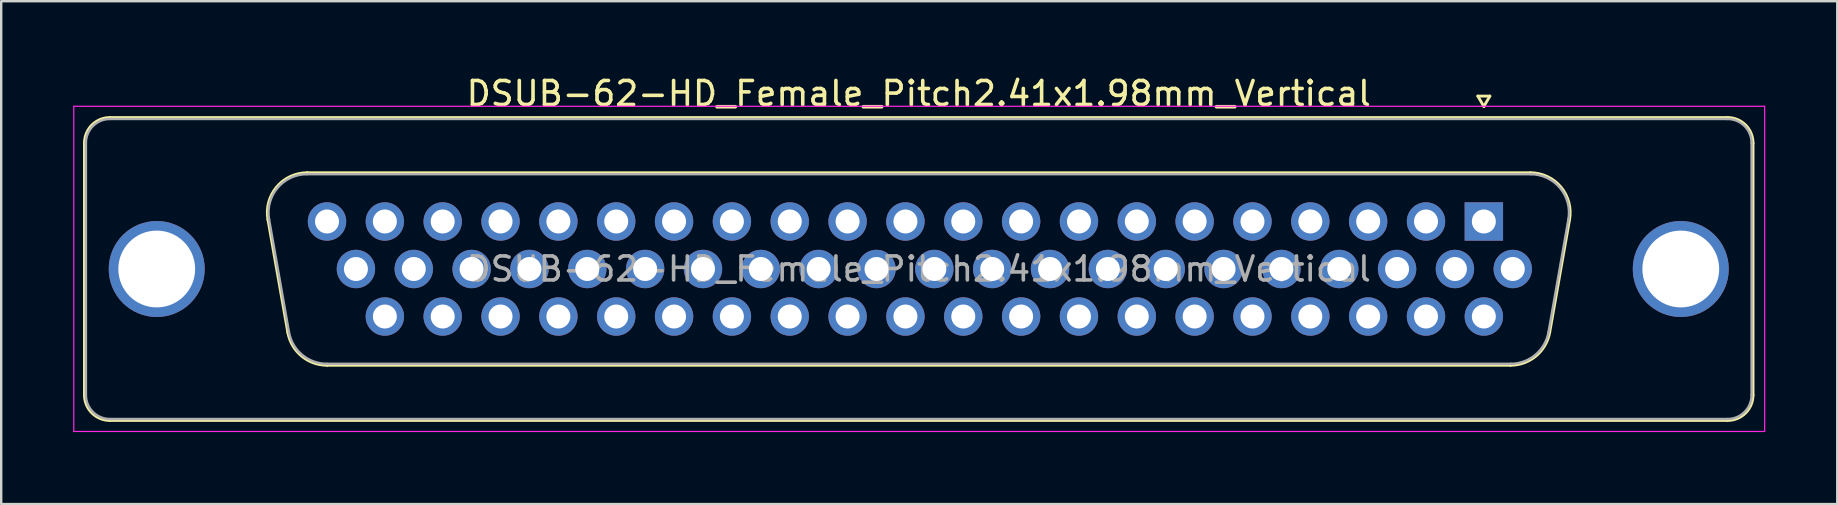
<source format=kicad_pcb>
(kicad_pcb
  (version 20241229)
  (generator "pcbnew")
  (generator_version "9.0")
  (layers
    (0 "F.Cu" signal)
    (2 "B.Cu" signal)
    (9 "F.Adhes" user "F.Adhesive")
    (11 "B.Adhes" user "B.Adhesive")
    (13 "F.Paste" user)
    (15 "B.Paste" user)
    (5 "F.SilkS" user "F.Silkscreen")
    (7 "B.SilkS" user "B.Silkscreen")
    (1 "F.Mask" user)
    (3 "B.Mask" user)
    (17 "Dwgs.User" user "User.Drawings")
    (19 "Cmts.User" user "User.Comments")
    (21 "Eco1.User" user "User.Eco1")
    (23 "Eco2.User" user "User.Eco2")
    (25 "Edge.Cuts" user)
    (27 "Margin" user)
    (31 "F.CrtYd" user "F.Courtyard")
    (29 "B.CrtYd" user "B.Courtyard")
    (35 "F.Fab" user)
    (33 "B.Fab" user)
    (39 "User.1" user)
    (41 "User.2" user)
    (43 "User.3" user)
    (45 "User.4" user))
  (footprint "DSUB-62-HD_Female_Pitch2.41x1.98mm_Vertical"
    (layer "F.Cu")
    (at 58.775 6.178)
    (property "Reference" "DSUB-62-HD_Female_Pitch2.41x1.98mm_Vertical" (at -23.545 -5.33 0) (layer "F.SilkS") (effects (font (size 1 1) (thickness 0.15))))
    (attr through_hole)
    (fp_line (start -58.305 7.23) (end -58.305 -3.27) (stroke (width 0.12) (type solid)) (layer "F.SilkS"))
    (fp_line (start -57.245 -4.33) (end 10.155 -4.33) (stroke (width 0.12) (type solid)) (layer "F.SilkS"))
    (fp_line (start -50.661 -0.082) (end -49.833 4.618) (stroke (width 0.12) (type solid)) (layer "F.SilkS"))
    (fp_line (start -49.027 -2.03) (end 1.937 -2.03) (stroke (width 0.12) (type solid)) (layer "F.SilkS"))
    (fp_line (start -48.198 5.99) (end 1.108 5.99) (stroke (width 0.12) (type solid)) (layer "F.SilkS"))
    (fp_line (start -0.25 -5.224) (end 0.25 -5.224) (stroke (width 0.12) (type solid)) (layer "F.SilkS"))
    (fp_line (start 0 -4.791) (end -0.25 -5.224) (stroke (width 0.12) (type solid)) (layer "F.SilkS"))
    (fp_line (start 0.25 -5.224) (end 0 -4.791) (stroke (width 0.12) (type solid)) (layer "F.SilkS"))
    (fp_line (start 3.571 -0.082) (end 2.743 4.618) (stroke (width 0.12) (type solid)) (layer "F.SilkS"))
    (fp_line (start 10.155 8.29) (end -57.245 8.29) (stroke (width 0.12) (type solid)) (layer "F.SilkS"))
    (fp_line (start 11.215 -3.27) (end 11.215 7.23) (stroke (width 0.12) (type solid)) (layer "F.SilkS"))
    (fp_arc (start -58.305 -3.27) (mid -57.994533 -4.019533) (end -57.245 -4.33) (stroke (width 0.12) (type solid)) (layer "F.SilkS"))
    (fp_arc (start -57.245 8.29) (mid -57.994533 7.979533) (end -58.305 7.23) (stroke (width 0.12) (type solid)) (layer "F.SilkS"))
    (fp_arc (start -50.66147 -0.081744) (mid -50.298323 -1.437028) (end -49.026689 -2.03) (stroke (width 0.12) (type solid)) (layer "F.SilkS"))
    (fp_arc (start -48.197952 5.99) (mid -49.264979 5.601634) (end -49.832733 4.618256) (stroke (width 0.12) (type solid)) (layer "F.SilkS"))
    (fp_arc (start 1.936689 -2.03) (mid 3.208323 -1.437027) (end 3.57147 -0.081744) (stroke (width 0.12) (type solid)) (layer "F.SilkS"))
    (fp_arc (start 2.742733 4.618256) (mid 2.17498 5.601634) (end 1.107952 5.99) (stroke (width 0.12) (type solid)) (layer "F.SilkS"))
    (fp_arc (start 10.155 -4.33) (mid 10.904533 -4.019533) (end 11.215 -3.27) (stroke (width 0.12) (type solid)) (layer "F.SilkS"))
    (fp_arc (start 11.215 7.23) (mid 10.904533 7.979533) (end 10.155 8.29) (stroke (width 0.12) (type solid)) (layer "F.SilkS"))
    (fp_line (start -58.75 -4.8) (end -58.75 8.75) (stroke (width 0.05) (type solid)) (layer "F.CrtYd"))
    (fp_line (start -58.75 8.75) (end 11.7 8.75) (stroke (width 0.05) (type solid)) (layer "F.CrtYd"))
    (fp_line (start 11.7 -4.8) (end -58.75 -4.8) (stroke (width 0.05) (type solid)) (layer "F.CrtYd"))
    (fp_line (start 11.7 8.75) (end 11.7 -4.8) (stroke (width 0.05) (type solid)) (layer "F.CrtYd"))
    (fp_line (start -58.245 7.23) (end -58.245 -3.27) (stroke (width 0.1) (type solid)) (layer "F.Fab"))
    (fp_line (start -57.245 -4.27) (end 10.155 -4.27) (stroke (width 0.1) (type solid)) (layer "F.Fab"))
    (fp_line (start -50.614 -0.092) (end -49.785 4.608) (stroke (width 0.1) (type solid)) (layer "F.Fab"))
    (fp_line (start -49.038 -1.97) (end 1.948 -1.97) (stroke (width 0.1) (type solid)) (layer "F.Fab"))
    (fp_line (start -48.209 5.93) (end 1.119 5.93) (stroke (width 0.1) (type solid)) (layer "F.Fab"))
    (fp_line (start 3.524 -0.092) (end 2.695 4.608) (stroke (width 0.1) (type solid)) (layer "F.Fab"))
    (fp_line (start 10.155 8.23) (end -57.245 8.23) (stroke (width 0.1) (type solid)) (layer "F.Fab"))
    (fp_line (start 11.155 -3.27) (end 11.155 7.23) (stroke (width 0.1) (type solid)) (layer "F.Fab"))
    (fp_arc (start -58.245 -3.27) (mid -57.952107 -3.977107) (end -57.245 -4.27) (stroke (width 0.1) (type solid)) (layer "F.Fab"))
    (fp_arc (start -57.245 8.23) (mid -57.952107 7.937107) (end -58.245 7.23) (stroke (width 0.1) (type solid)) (layer "F.Fab"))
    (fp_arc (start -50.613886 -0.092163) (mid -50.263865 -1.39846) (end -49.038194 -1.97) (stroke (width 0.1) (type solid)) (layer "F.Fab"))
    (fp_arc (start -48.209457 5.93) (mid -49.237917 5.555671) (end -49.785149 4.607837) (stroke (width 0.1) (type solid)) (layer "F.Fab"))
    (fp_arc (start 1.948194 -1.97) (mid 3.173865 -1.39846) (end 3.523886 -0.092163) (stroke (width 0.1) (type solid)) (layer "F.Fab"))
    (fp_arc (start 2.695149 4.607837) (mid 2.147917 5.555671) (end 1.119457 5.93) (stroke (width 0.1) (type solid)) (layer "F.Fab"))
    (fp_arc (start 10.155 -4.27) (mid 10.862107 -3.977107) (end 11.155 -3.27) (stroke (width 0.1) (type solid)) (layer "F.Fab"))
    (fp_arc (start 11.155 7.23) (mid 10.862107 7.937107) (end 10.155 8.23) (stroke (width 0.1) (type solid)) (layer "F.Fab"))
    (fp_text user "${REFERENCE}" (at -23.545 1.98 0) (layer "F.Fab") (effects (font (size 1 1) (thickness 0.15))))
    (pad "0" thru_hole circle (at -55.295 1.98) (size 4 4) (drill 3.2) (layers "*.Cu" "*.Mask"))
    (pad "0" thru_hole circle (at 8.205 1.98) (size 4 4) (drill 3.2) (layers "*.Cu" "*.Mask"))
    (pad "1" thru_hole rect (at 0 0) (size 1.6 1.6) (drill 1) (layers "*.Cu" "*.Mask"))
    (pad "2" thru_hole circle (at -2.41 0) (size 1.6 1.6) (drill 1) (layers "*.Cu" "*.Mask"))
    (pad "3" thru_hole circle (at -4.82 0) (size 1.6 1.6) (drill 1) (layers "*.Cu" "*.Mask"))
    (pad "4" thru_hole circle (at -7.23 0) (size 1.6 1.6) (drill 1) (layers "*.Cu" "*.Mask"))
    (pad "5" thru_hole circle (at -9.64 0) (size 1.6 1.6) (drill 1) (layers "*.Cu" "*.Mask"))
    (pad "6" thru_hole circle (at -12.05 0) (size 1.6 1.6) (drill 1) (layers "*.Cu" "*.Mask"))
    (pad "7" thru_hole circle (at -14.46 0) (size 1.6 1.6) (drill 1) (layers "*.Cu" "*.Mask"))
    (pad "8" thru_hole circle (at -16.87 0) (size 1.6 1.6) (drill 1) (layers "*.Cu" "*.Mask"))
    (pad "9" thru_hole circle (at -19.28 0) (size 1.6 1.6) (drill 1) (layers "*.Cu" "*.Mask"))
    (pad "10" thru_hole circle (at -21.69 0) (size 1.6 1.6) (drill 1) (layers "*.Cu" "*.Mask"))
    (pad "11" thru_hole circle (at -24.1 0) (size 1.6 1.6) (drill 1) (layers "*.Cu" "*.Mask"))
    (pad "12" thru_hole circle (at -26.51 0) (size 1.6 1.6) (drill 1) (layers "*.Cu" "*.Mask"))
    (pad "13" thru_hole circle (at -28.92 0) (size 1.6 1.6) (drill 1) (layers "*.Cu" "*.Mask"))
    (pad "14" thru_hole circle (at -31.33 0) (size 1.6 1.6) (drill 1) (layers "*.Cu" "*.Mask"))
    (pad "15" thru_hole circle (at -33.74 0) (size 1.6 1.6) (drill 1) (layers "*.Cu" "*.Mask"))
    (pad "16" thru_hole circle (at -36.15 0) (size 1.6 1.6) (drill 1) (layers "*.Cu" "*.Mask"))
    (pad "17" thru_hole circle (at -38.56 0) (size 1.6 1.6) (drill 1) (layers "*.Cu" "*.Mask"))
    (pad "18" thru_hole circle (at -40.97 0) (size 1.6 1.6) (drill 1) (layers "*.Cu" "*.Mask"))
    (pad "19" thru_hole circle (at -43.38 0) (size 1.6 1.6) (drill 1) (layers "*.Cu" "*.Mask"))
    (pad "20" thru_hole circle (at -45.79 0) (size 1.6 1.6) (drill 1) (layers "*.Cu" "*.Mask"))
    (pad "21" thru_hole circle (at -48.2 0) (size 1.6 1.6) (drill 1) (layers "*.Cu" "*.Mask"))
    (pad "22" thru_hole circle (at 1.205 1.98) (size 1.6 1.6) (drill 1) (layers "*.Cu" "*.Mask"))
    (pad "23" thru_hole circle (at -1.205 1.98) (size 1.6 1.6) (drill 1) (layers "*.Cu" "*.Mask"))
    (pad "24" thru_hole circle (at -3.615 1.98) (size 1.6 1.6) (drill 1) (layers "*.Cu" "*.Mask"))
    (pad "25" thru_hole circle (at -6.025 1.98) (size 1.6 1.6) (drill 1) (layers "*.Cu" "*.Mask"))
    (pad "26" thru_hole circle (at -8.435 1.98) (size 1.6 1.6) (drill 1) (layers "*.Cu" "*.Mask"))
    (pad "27" thru_hole circle (at -10.845 1.98) (size 1.6 1.6) (drill 1) (layers "*.Cu" "*.Mask"))
    (pad "28" thru_hole circle (at -13.255 1.98) (size 1.6 1.6) (drill 1) (layers "*.Cu" "*.Mask"))
    (pad "29" thru_hole circle (at -15.665 1.98) (size 1.6 1.6) (drill 1) (layers "*.Cu" "*.Mask"))
    (pad "30" thru_hole circle (at -18.075 1.98) (size 1.6 1.6) (drill 1) (layers "*.Cu" "*.Mask"))
    (pad "31" thru_hole circle (at -20.485 1.98) (size 1.6 1.6) (drill 1) (layers "*.Cu" "*.Mask"))
    (pad "32" thru_hole circle (at -22.895 1.98) (size 1.6 1.6) (drill 1) (layers "*.Cu" "*.Mask"))
    (pad "33" thru_hole circle (at -25.305 1.98) (size 1.6 1.6) (drill 1) (layers "*.Cu" "*.Mask"))
    (pad "34" thru_hole circle (at -27.715 1.98) (size 1.6 1.6) (drill 1) (layers "*.Cu" "*.Mask"))
    (pad "35" thru_hole circle (at -30.125 1.98) (size 1.6 1.6) (drill 1) (layers "*.Cu" "*.Mask"))
    (pad "36" thru_hole circle (at -32.535 1.98) (size 1.6 1.6) (drill 1) (layers "*.Cu" "*.Mask"))
    (pad "37" thru_hole circle (at -34.945 1.98) (size 1.6 1.6) (drill 1) (layers "*.Cu" "*.Mask"))
    (pad "38" thru_hole circle (at -37.355 1.98) (size 1.6 1.6) (drill 1) (layers "*.Cu" "*.Mask"))
    (pad "39" thru_hole circle (at -39.765 1.98) (size 1.6 1.6) (drill 1) (layers "*.Cu" "*.Mask"))
    (pad "40" thru_hole circle (at -42.175 1.98) (size 1.6 1.6) (drill 1) (layers "*.Cu" "*.Mask"))
    (pad "41" thru_hole circle (at -44.585 1.98) (size 1.6 1.6) (drill 1) (layers "*.Cu" "*.Mask"))
    (pad "42" thru_hole circle (at -46.995 1.98) (size 1.6 1.6) (drill 1) (layers "*.Cu" "*.Mask"))
    (pad "43" thru_hole circle (at 0 3.96) (size 1.6 1.6) (drill 1) (layers "*.Cu" "*.Mask"))
    (pad "44" thru_hole circle (at -2.41 3.96) (size 1.6 1.6) (drill 1) (layers "*.Cu" "*.Mask"))
    (pad "45" thru_hole circle (at -4.82 3.96) (size 1.6 1.6) (drill 1) (layers "*.Cu" "*.Mask"))
    (pad "46" thru_hole circle (at -7.23 3.96) (size 1.6 1.6) (drill 1) (layers "*.Cu" "*.Mask"))
    (pad "47" thru_hole circle (at -9.64 3.96) (size 1.6 1.6) (drill 1) (layers "*.Cu" "*.Mask"))
    (pad "48" thru_hole circle (at -12.05 3.96) (size 1.6 1.6) (drill 1) (layers "*.Cu" "*.Mask"))
    (pad "49" thru_hole circle (at -14.46 3.96) (size 1.6 1.6) (drill 1) (layers "*.Cu" "*.Mask"))
    (pad "50" thru_hole circle (at -16.87 3.96) (size 1.6 1.6) (drill 1) (layers "*.Cu" "*.Mask"))
    (pad "51" thru_hole circle (at -19.28 3.96) (size 1.6 1.6) (drill 1) (layers "*.Cu" "*.Mask"))
    (pad "52" thru_hole circle (at -21.69 3.96) (size 1.6 1.6) (drill 1) (layers "*.Cu" "*.Mask"))
    (pad "53" thru_hole circle (at -24.1 3.96) (size 1.6 1.6) (drill 1) (layers "*.Cu" "*.Mask"))
    (pad "54" thru_hole circle (at -26.51 3.96) (size 1.6 1.6) (drill 1) (layers "*.Cu" "*.Mask"))
    (pad "55" thru_hole circle (at -28.92 3.96) (size 1.6 1.6) (drill 1) (layers "*.Cu" "*.Mask"))
    (pad "56" thru_hole circle (at -31.33 3.96) (size 1.6 1.6) (drill 1) (layers "*.Cu" "*.Mask"))
    (pad "57" thru_hole circle (at -33.74 3.96) (size 1.6 1.6) (drill 1) (layers "*.Cu" "*.Mask"))
    (pad "58" thru_hole circle (at -36.15 3.96) (size 1.6 1.6) (drill 1) (layers "*.Cu" "*.Mask"))
    (pad "59" thru_hole circle (at -38.56 3.96) (size 1.6 1.6) (drill 1) (layers "*.Cu" "*.Mask"))
    (pad "60" thru_hole circle (at -40.97 3.96) (size 1.6 1.6) (drill 1) (layers "*.Cu" "*.Mask"))
    (pad "61" thru_hole circle (at -43.38 3.96) (size 1.6 1.6) (drill 1) (layers "*.Cu" "*.Mask"))
    (pad "62" thru_hole circle (at -45.79 3.96) (size 1.6 1.6) (drill 1) (layers "*.Cu" "*.Mask")))
  (gr_rect
    (start -3 -3)
    (end 73.5 17.953)
    (stroke (width 0.1) (type default))
    (fill no)
    (layer "Edge.Cuts")))
</source>
